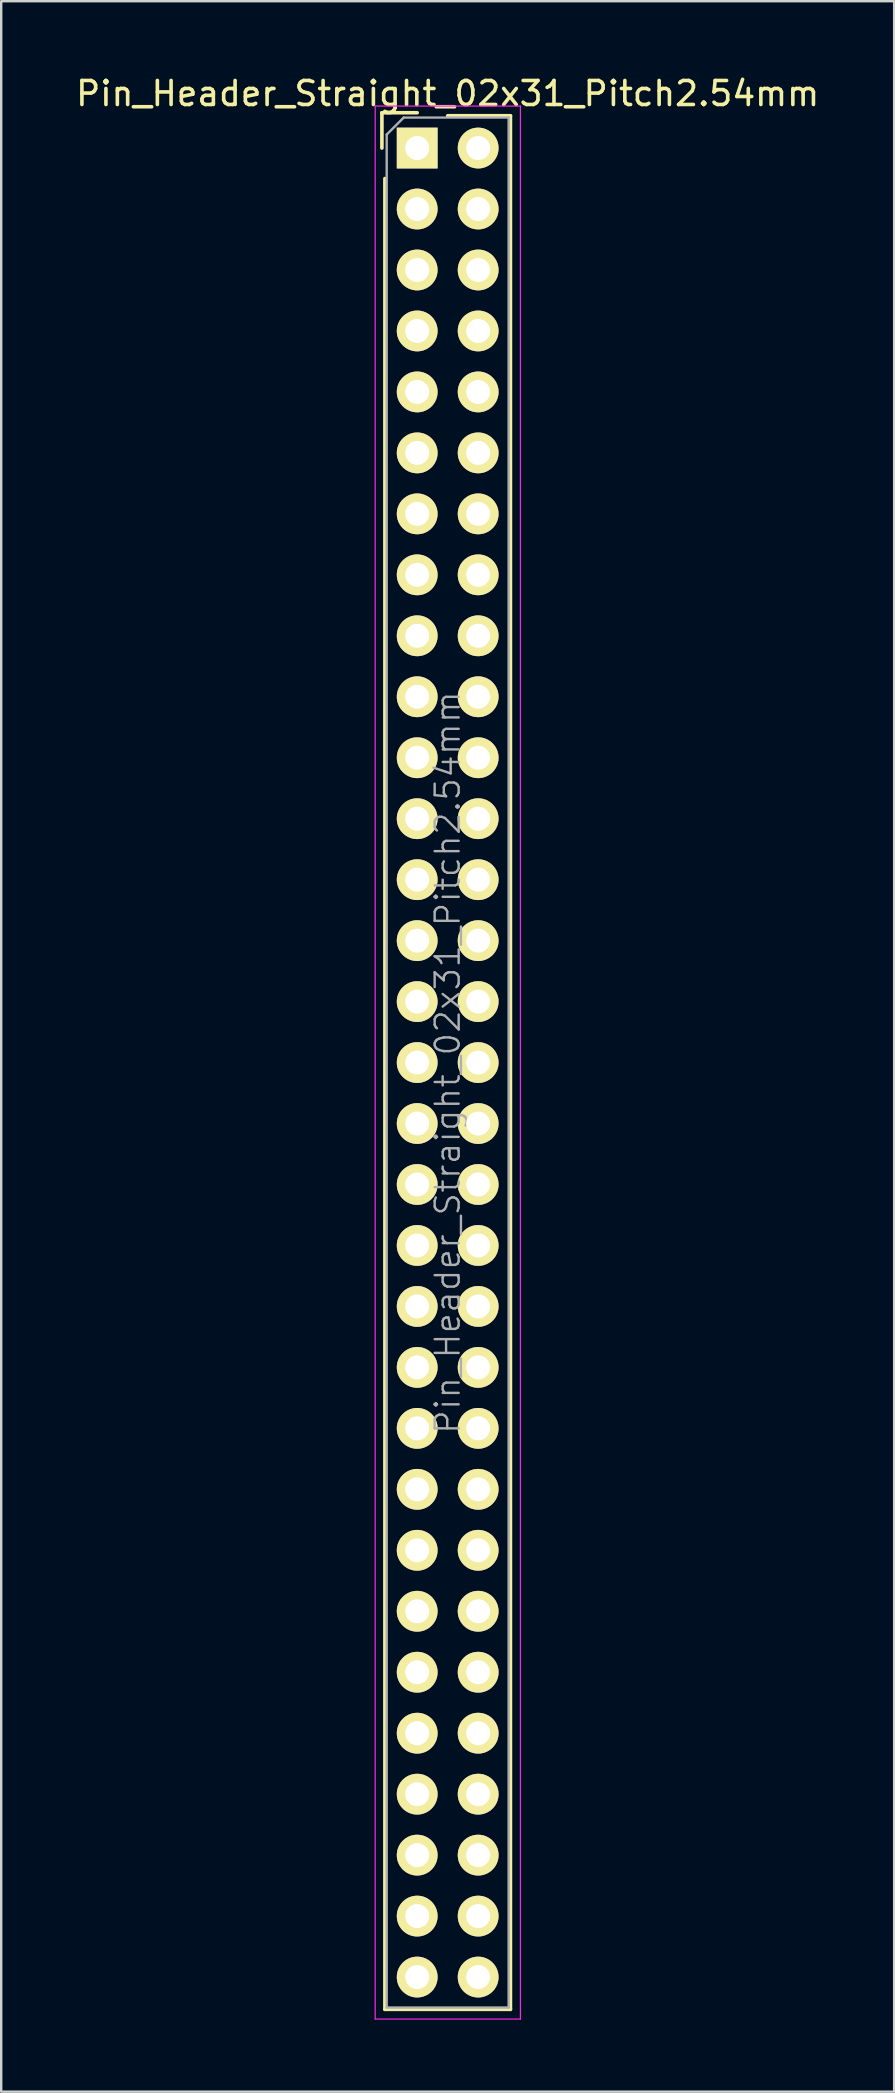
<source format=kicad_pcb>
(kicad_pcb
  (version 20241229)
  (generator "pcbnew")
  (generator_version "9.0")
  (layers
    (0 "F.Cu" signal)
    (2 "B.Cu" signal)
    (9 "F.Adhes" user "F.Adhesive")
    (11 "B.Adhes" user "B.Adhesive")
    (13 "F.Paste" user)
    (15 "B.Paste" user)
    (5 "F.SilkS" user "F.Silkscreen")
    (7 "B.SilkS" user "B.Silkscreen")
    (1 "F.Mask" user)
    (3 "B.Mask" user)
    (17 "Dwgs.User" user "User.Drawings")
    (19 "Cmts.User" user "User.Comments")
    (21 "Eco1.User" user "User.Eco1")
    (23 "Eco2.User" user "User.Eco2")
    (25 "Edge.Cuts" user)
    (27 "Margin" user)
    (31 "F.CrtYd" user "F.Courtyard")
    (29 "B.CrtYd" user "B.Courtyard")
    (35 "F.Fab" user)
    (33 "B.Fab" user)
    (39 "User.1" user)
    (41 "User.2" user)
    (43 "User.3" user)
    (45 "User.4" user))
  (footprint "Pin_Header_Straight_02x31_Pitch2.54mm"
    (layer "F.Cu")
    (at 14.331 3.118)
    (property "Reference" "Pin_Header_Straight_02x31_Pitch2.54mm" (at 1.27 -2.27 0) (layer "F.SilkS") (effects (font (size 1 1) (thickness 0.15))))
    (attr smd)
    (fp_line (start -1.47 -1.47) (end -1.47 0) (stroke (width 0.15) (type solid)) (layer "F.SilkS"))
    (fp_line (start -1.47 -1.47) (end 0 -1.47) (stroke (width 0.15) (type solid)) (layer "F.SilkS"))
    (fp_line (start -1.345 1.27) (end -1.345 77.545) (stroke (width 0.15) (type solid)) (layer "F.SilkS"))
    (fp_line (start -1.345 77.545) (end 3.885 77.545) (stroke (width 0.15) (type solid)) (layer "F.SilkS"))
    (fp_line (start 1.27 -1.345) (end 3.885 -1.345) (stroke (width 0.15) (type solid)) (layer "F.SilkS"))
    (fp_line (start 3.885 -1.345) (end 3.885 77.545) (stroke (width 0.15) (type solid)) (layer "F.SilkS"))
    (fp_line (start -1.75 -1.75) (end -1.75 77.95) (stroke (width 0.05) (type solid)) (layer "F.CrtYd"))
    (fp_line (start 4.3 -1.75) (end -1.75 -1.75) (stroke (width 0.05) (type solid)) (layer "F.CrtYd"))
    (fp_line (start 4.3 -1.75) (end 4.3 77.95) (stroke (width 0.05) (type solid)) (layer "F.CrtYd"))
    (fp_line (start 4.3 77.95) (end -1.75 77.95) (stroke (width 0.05) (type solid)) (layer "F.CrtYd"))
    (fp_line (start -1.27 -0.563) (end -0.563 -1.27) (stroke (width 0.1) (type solid)) (layer "F.Fab"))
    (fp_line (start -1.27 77.47) (end -1.27 -0.563) (stroke (width 0.1) (type solid)) (layer "F.Fab"))
    (fp_line (start 3.81 -1.27) (end -0.563 -1.27) (stroke (width 0.1) (type solid)) (layer "F.Fab"))
    (fp_line (start 3.81 77.47) (end -1.27 77.47) (stroke (width 0.1) (type solid)) (layer "F.Fab"))
    (fp_line (start 3.81 77.47) (end 3.81 -1.27) (stroke (width 0.1) (type solid)) (layer "F.Fab"))
    (fp_text user "${REFERENCE}" (at 1.27 38.1 90) (layer "F.Fab") (effects (font (size 1 1) (thickness 0.1))))
    (pad "1" thru_hole rect (at 0 0) (size 1.7 1.7) (drill 1) (layers "*.Cu" "*.Mask" "F.SilkS"))
    (pad "2" thru_hole oval (at 2.54 0) (size 1.7 1.7) (drill 1) (layers "*.Cu" "*.Mask" "F.SilkS"))
    (pad "3" thru_hole oval (at 0 2.54) (size 1.7 1.7) (drill 1) (layers "*.Cu" "*.Mask" "F.SilkS"))
    (pad "4" thru_hole oval (at 2.54 2.54) (size 1.7 1.7) (drill 1) (layers "*.Cu" "*.Mask" "F.SilkS"))
    (pad "5" thru_hole oval (at 0 5.08) (size 1.7 1.7) (drill 1) (layers "*.Cu" "*.Mask" "F.SilkS"))
    (pad "6" thru_hole oval (at 2.54 5.08) (size 1.7 1.7) (drill 1) (layers "*.Cu" "*.Mask" "F.SilkS"))
    (pad "7" thru_hole oval (at 0 7.62) (size 1.7 1.7) (drill 1) (layers "*.Cu" "*.Mask" "F.SilkS"))
    (pad "8" thru_hole oval (at 2.54 7.62) (size 1.7 1.7) (drill 1) (layers "*.Cu" "*.Mask" "F.SilkS"))
    (pad "9" thru_hole oval (at 0 10.16) (size 1.7 1.7) (drill 1) (layers "*.Cu" "*.Mask" "F.SilkS"))
    (pad "10" thru_hole oval (at 2.54 10.16) (size 1.7 1.7) (drill 1) (layers "*.Cu" "*.Mask" "F.SilkS"))
    (pad "11" thru_hole oval (at 0 12.7) (size 1.7 1.7) (drill 1) (layers "*.Cu" "*.Mask" "F.SilkS"))
    (pad "12" thru_hole oval (at 2.54 12.7) (size 1.7 1.7) (drill 1) (layers "*.Cu" "*.Mask" "F.SilkS"))
    (pad "13" thru_hole oval (at 0 15.24) (size 1.7 1.7) (drill 1) (layers "*.Cu" "*.Mask" "F.SilkS"))
    (pad "14" thru_hole oval (at 2.54 15.24) (size 1.7 1.7) (drill 1) (layers "*.Cu" "*.Mask" "F.SilkS"))
    (pad "15" thru_hole oval (at 0 17.78) (size 1.7 1.7) (drill 1) (layers "*.Cu" "*.Mask" "F.SilkS"))
    (pad "16" thru_hole oval (at 2.54 17.78) (size 1.7 1.7) (drill 1) (layers "*.Cu" "*.Mask" "F.SilkS"))
    (pad "17" thru_hole oval (at 0 20.32) (size 1.7 1.7) (drill 1) (layers "*.Cu" "*.Mask" "F.SilkS"))
    (pad "18" thru_hole oval (at 2.54 20.32) (size 1.7 1.7) (drill 1) (layers "*.Cu" "*.Mask" "F.SilkS"))
    (pad "19" thru_hole oval (at 0 22.86) (size 1.7 1.7) (drill 1) (layers "*.Cu" "*.Mask" "F.SilkS"))
    (pad "20" thru_hole oval (at 2.54 22.86) (size 1.7 1.7) (drill 1) (layers "*.Cu" "*.Mask" "F.SilkS"))
    (pad "21" thru_hole oval (at 0 25.4) (size 1.7 1.7) (drill 1) (layers "*.Cu" "*.Mask" "F.SilkS"))
    (pad "22" thru_hole oval (at 2.54 25.4) (size 1.7 1.7) (drill 1) (layers "*.Cu" "*.Mask" "F.SilkS"))
    (pad "23" thru_hole oval (at 0 27.94) (size 1.7 1.7) (drill 1) (layers "*.Cu" "*.Mask" "F.SilkS"))
    (pad "24" thru_hole oval (at 2.54 27.94) (size 1.7 1.7) (drill 1) (layers "*.Cu" "*.Mask" "F.SilkS"))
    (pad "25" thru_hole oval (at 0 30.48) (size 1.7 1.7) (drill 1) (layers "*.Cu" "*.Mask" "F.SilkS"))
    (pad "26" thru_hole oval (at 2.54 30.48) (size 1.7 1.7) (drill 1) (layers "*.Cu" "*.Mask" "F.SilkS"))
    (pad "27" thru_hole oval (at 0 33.02) (size 1.7 1.7) (drill 1) (layers "*.Cu" "*.Mask" "F.SilkS"))
    (pad "28" thru_hole oval (at 2.54 33.02) (size 1.7 1.7) (drill 1) (layers "*.Cu" "*.Mask" "F.SilkS"))
    (pad "29" thru_hole oval (at 0 35.56) (size 1.7 1.7) (drill 1) (layers "*.Cu" "*.Mask" "F.SilkS"))
    (pad "30" thru_hole oval (at 2.54 35.56) (size 1.7 1.7) (drill 1) (layers "*.Cu" "*.Mask" "F.SilkS"))
    (pad "31" thru_hole oval (at 0 38.1) (size 1.7 1.7) (drill 1) (layers "*.Cu" "*.Mask" "F.SilkS"))
    (pad "32" thru_hole oval (at 2.54 38.1) (size 1.7 1.7) (drill 1) (layers "*.Cu" "*.Mask" "F.SilkS"))
    (pad "33" thru_hole oval (at 0 40.64) (size 1.7 1.7) (drill 1) (layers "*.Cu" "*.Mask" "F.SilkS"))
    (pad "34" thru_hole oval (at 2.54 40.64) (size 1.7 1.7) (drill 1) (layers "*.Cu" "*.Mask" "F.SilkS"))
    (pad "35" thru_hole oval (at 0 43.18) (size 1.7 1.7) (drill 1) (layers "*.Cu" "*.Mask" "F.SilkS"))
    (pad "36" thru_hole oval (at 2.54 43.18) (size 1.7 1.7) (drill 1) (layers "*.Cu" "*.Mask" "F.SilkS"))
    (pad "37" thru_hole oval (at 0 45.72) (size 1.7 1.7) (drill 1) (layers "*.Cu" "*.Mask" "F.SilkS"))
    (pad "38" thru_hole oval (at 2.54 45.72) (size 1.7 1.7) (drill 1) (layers "*.Cu" "*.Mask" "F.SilkS"))
    (pad "39" thru_hole oval (at 0 48.26) (size 1.7 1.7) (drill 1) (layers "*.Cu" "*.Mask" "F.SilkS"))
    (pad "40" thru_hole oval (at 2.54 48.26) (size 1.7 1.7) (drill 1) (layers "*.Cu" "*.Mask" "F.SilkS"))
    (pad "41" thru_hole oval (at 0 50.8) (size 1.7 1.7) (drill 1) (layers "*.Cu" "*.Mask" "F.SilkS"))
    (pad "42" thru_hole oval (at 2.54 50.8) (size 1.7 1.7) (drill 1) (layers "*.Cu" "*.Mask" "F.SilkS"))
    (pad "43" thru_hole oval (at 0 53.34) (size 1.7 1.7) (drill 1) (layers "*.Cu" "*.Mask" "F.SilkS"))
    (pad "44" thru_hole oval (at 2.54 53.34) (size 1.7 1.7) (drill 1) (layers "*.Cu" "*.Mask" "F.SilkS"))
    (pad "45" thru_hole oval (at 0 55.88) (size 1.7 1.7) (drill 1) (layers "*.Cu" "*.Mask" "F.SilkS"))
    (pad "46" thru_hole oval (at 2.54 55.88) (size 1.7 1.7) (drill 1) (layers "*.Cu" "*.Mask" "F.SilkS"))
    (pad "47" thru_hole oval (at 0 58.42) (size 1.7 1.7) (drill 1) (layers "*.Cu" "*.Mask" "F.SilkS"))
    (pad "48" thru_hole oval (at 2.54 58.42) (size 1.7 1.7) (drill 1) (layers "*.Cu" "*.Mask" "F.SilkS"))
    (pad "49" thru_hole oval (at 0 60.96) (size 1.7 1.7) (drill 1) (layers "*.Cu" "*.Mask" "F.SilkS"))
    (pad "50" thru_hole oval (at 2.54 60.96) (size 1.7 1.7) (drill 1) (layers "*.Cu" "*.Mask" "F.SilkS"))
    (pad "51" thru_hole oval (at 0 63.5) (size 1.7 1.7) (drill 1) (layers "*.Cu" "*.Mask" "F.SilkS"))
    (pad "52" thru_hole oval (at 2.54 63.5) (size 1.7 1.7) (drill 1) (layers "*.Cu" "*.Mask" "F.SilkS"))
    (pad "53" thru_hole oval (at 0 66.04) (size 1.7 1.7) (drill 1) (layers "*.Cu" "*.Mask" "F.SilkS"))
    (pad "54" thru_hole oval (at 2.54 66.04) (size 1.7 1.7) (drill 1) (layers "*.Cu" "*.Mask" "F.SilkS"))
    (pad "55" thru_hole oval (at 0 68.58) (size 1.7 1.7) (drill 1) (layers "*.Cu" "*.Mask" "F.SilkS"))
    (pad "56" thru_hole oval (at 2.54 68.58) (size 1.7 1.7) (drill 1) (layers "*.Cu" "*.Mask" "F.SilkS"))
    (pad "57" thru_hole oval (at 0 71.12) (size 1.7 1.7) (drill 1) (layers "*.Cu" "*.Mask" "F.SilkS"))
    (pad "58" thru_hole oval (at 2.54 71.12) (size 1.7 1.7) (drill 1) (layers "*.Cu" "*.Mask" "F.SilkS"))
    (pad "59" thru_hole oval (at 0 73.66) (size 1.7 1.7) (drill 1) (layers "*.Cu" "*.Mask" "F.SilkS"))
    (pad "60" thru_hole oval (at 2.54 73.66) (size 1.7 1.7) (drill 1) (layers "*.Cu" "*.Mask" "F.SilkS"))
    (pad "61" thru_hole oval (at 0 76.2) (size 1.7 1.7) (drill 1) (layers "*.Cu" "*.Mask" "F.SilkS"))
    (pad "62" thru_hole oval (at 2.54 76.2) (size 1.7 1.7) (drill 1) (layers "*.Cu" "*.Mask" "F.SilkS")))
  (gr_rect
    (start -3 -3)
    (end 34.202 84.093)
    (stroke (width 0.1) (type default))
    (fill no)
    (layer "Edge.Cuts")))
</source>
